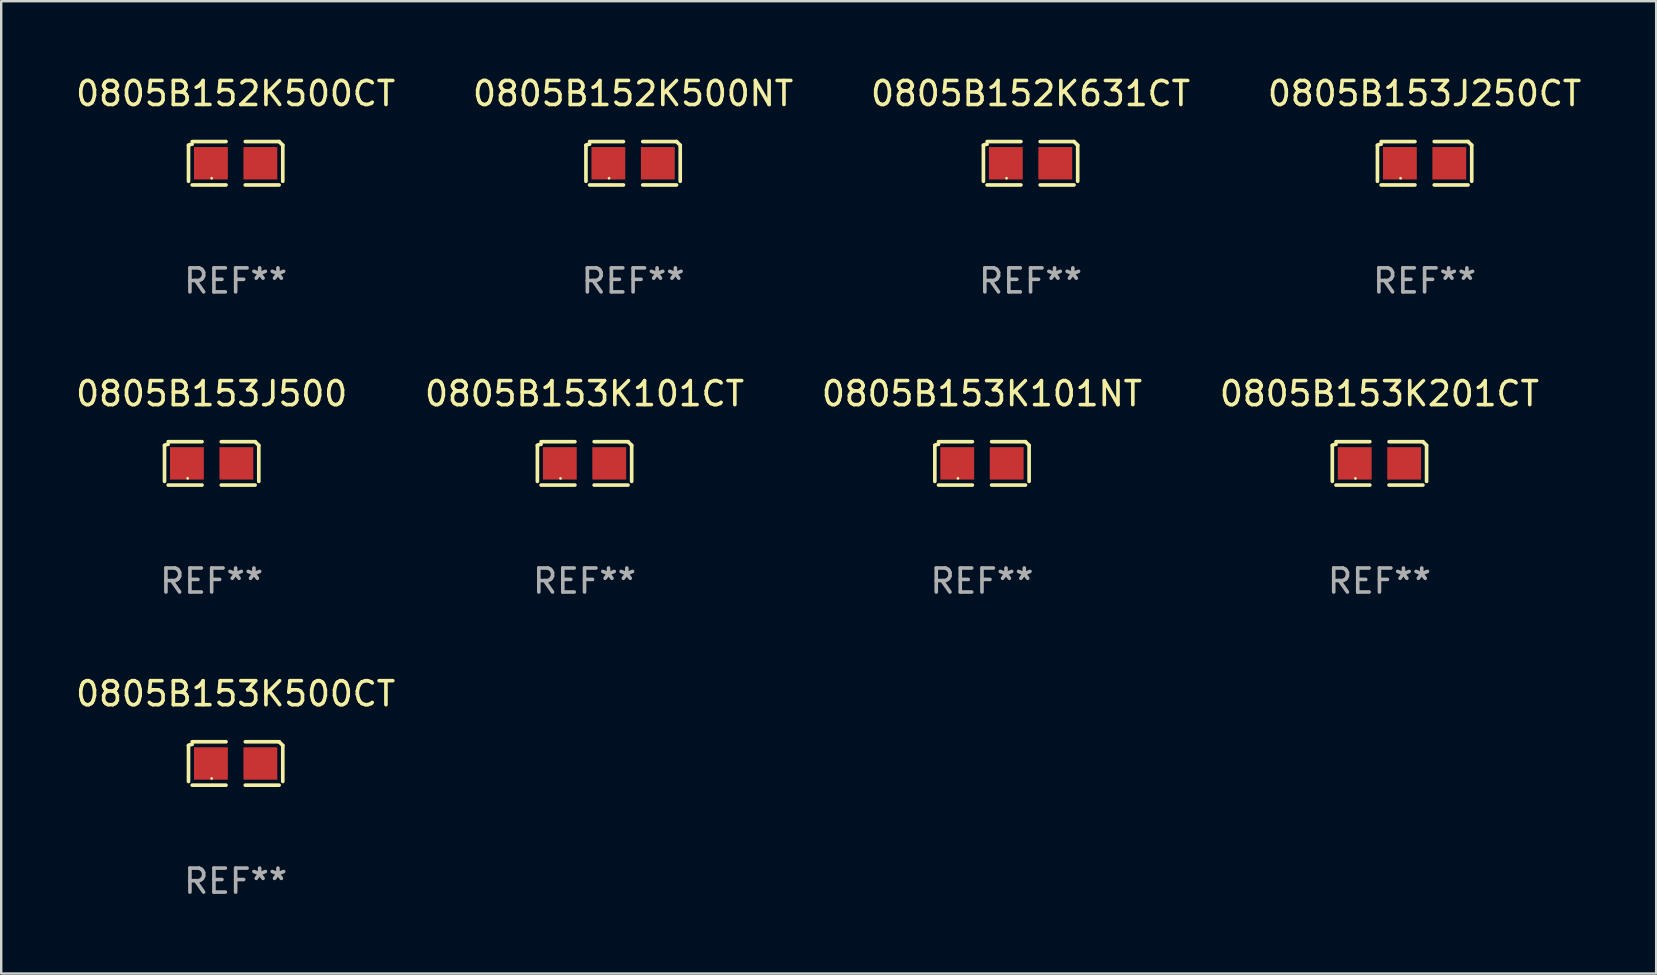
<source format=kicad_pcb>
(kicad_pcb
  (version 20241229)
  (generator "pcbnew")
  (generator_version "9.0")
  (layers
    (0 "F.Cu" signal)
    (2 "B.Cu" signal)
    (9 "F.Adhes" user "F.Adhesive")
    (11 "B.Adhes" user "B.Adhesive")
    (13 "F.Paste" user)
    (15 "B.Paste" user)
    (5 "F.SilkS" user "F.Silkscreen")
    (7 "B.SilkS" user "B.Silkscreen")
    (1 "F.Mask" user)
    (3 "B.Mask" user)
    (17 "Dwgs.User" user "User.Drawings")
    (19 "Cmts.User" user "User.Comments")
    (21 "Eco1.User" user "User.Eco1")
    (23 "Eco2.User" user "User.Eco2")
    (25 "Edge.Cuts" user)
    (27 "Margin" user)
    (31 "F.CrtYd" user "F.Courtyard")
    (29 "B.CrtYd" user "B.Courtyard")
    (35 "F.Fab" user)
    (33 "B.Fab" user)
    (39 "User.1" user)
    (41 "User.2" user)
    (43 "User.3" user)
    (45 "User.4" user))
  (footprint "0805B153J250CT"
    (layer "F.Cu")
    (at 56.304 3.752)
    (property "Reference" "0805B153J250CT" (at 0 -2.904 0) (layer "F.SilkS") (effects (font (size 1 1) (thickness 0.15))))
    (attr through_hole)
    (fp_line (start -1.964 0.751) (end -1.964 -0.751) (stroke (width 0.152) (type solid)) (layer "F.SilkS"))
    (fp_line (start -1.811 -0.904) (end -0.401 -0.904) (stroke (width 0.152) (type solid)) (layer "F.SilkS"))
    (fp_line (start -0.401 0.904) (end -1.811 0.904) (stroke (width 0.152) (type solid)) (layer "F.SilkS"))
    (fp_line (start 0.401 0.904) (end 1.811 0.904) (stroke (width 0.152) (type solid)) (layer "F.SilkS"))
    (fp_line (start 1.811 -0.904) (end 0.401 -0.904) (stroke (width 0.152) (type solid)) (layer "F.SilkS"))
    (fp_line (start 1.964 0.751) (end 1.964 -0.751) (stroke (width 0.152) (type solid)) (layer "F.SilkS"))
    (fp_arc (start -1.963602 -0.751207) (mid -1.890354 -0.783131) (end -1.811201 -0.794044) (stroke (width 0.1524) (type solid)) (layer "F.SilkS"))
    (fp_arc (start 1.811202 -0.903607) (mid 1.887413 -0.827418) (end 1.963602 -0.751207) (stroke (width 0.1524) (type solid)) (layer "F.SilkS"))
    (fp_circle (center -1 0.625) (end -0.97 0.625) (stroke (width 0.06) (type solid)) (fill no) (layer "F.SilkS"))
    (fp_text user "REF**" (at 0 4.904 0) (layer "F.Fab") (effects (font (size 1 1) (thickness 0.15))))
    (pad "1" smd rect (at -1.03 0) (size 1.41 1.35) (layers "F.Cu" "F.Mask" "F.Paste"))
    (pad "2" smd rect (at 1.03 0) (size 1.41 1.35) (layers "F.Cu" "F.Mask" "F.Paste")))
  (footprint "0805B153K101NT"
    (layer "F.Cu")
    (at 37.863 16.256)
    (property "Reference" "0805B153K101NT" (at 0 -2.904 0) (layer "F.SilkS") (effects (font (size 1 1) (thickness 0.15))))
    (attr through_hole)
    (fp_line (start -1.964 0.751) (end -1.964 -0.751) (stroke (width 0.152) (type solid)) (layer "F.SilkS"))
    (fp_line (start -1.811 -0.904) (end -0.401 -0.904) (stroke (width 0.152) (type solid)) (layer "F.SilkS"))
    (fp_line (start -0.401 0.904) (end -1.811 0.904) (stroke (width 0.152) (type solid)) (layer "F.SilkS"))
    (fp_line (start 0.401 0.904) (end 1.811 0.904) (stroke (width 0.152) (type solid)) (layer "F.SilkS"))
    (fp_line (start 1.811 -0.904) (end 0.401 -0.904) (stroke (width 0.152) (type solid)) (layer "F.SilkS"))
    (fp_line (start 1.964 0.751) (end 1.964 -0.751) (stroke (width 0.152) (type solid)) (layer "F.SilkS"))
    (fp_arc (start -1.963602 -0.751207) (mid -1.890354 -0.783131) (end -1.811201 -0.794044) (stroke (width 0.1524) (type solid)) (layer "F.SilkS"))
    (fp_arc (start 1.811202 -0.903607) (mid 1.887413 -0.827418) (end 1.963602 -0.751207) (stroke (width 0.1524) (type solid)) (layer "F.SilkS"))
    (fp_circle (center -1 0.625) (end -0.97 0.625) (stroke (width 0.06) (type solid)) (fill no) (layer "F.SilkS"))
    (fp_text user "REF**" (at 0 4.904 0) (layer "F.Fab") (effects (font (size 1 1) (thickness 0.15))))
    (pad "1" smd rect (at -1.03 0) (size 1.41 1.35) (layers "F.Cu" "F.Mask" "F.Paste"))
    (pad "2" smd rect (at 1.03 0) (size 1.41 1.35) (layers "F.Cu" "F.Mask" "F.Paste")))
  (footprint "0805B152K500NT"
    (layer "F.Cu")
    (at 23.327 3.752)
    (property "Reference" "0805B152K500NT" (at 0 -2.904 0) (layer "F.SilkS") (effects (font (size 1 1) (thickness 0.15))))
    (attr through_hole)
    (fp_line (start -1.964 0.751) (end -1.964 -0.751) (stroke (width 0.152) (type solid)) (layer "F.SilkS"))
    (fp_line (start -1.811 -0.904) (end -0.401 -0.904) (stroke (width 0.152) (type solid)) (layer "F.SilkS"))
    (fp_line (start -0.401 0.904) (end -1.811 0.904) (stroke (width 0.152) (type solid)) (layer "F.SilkS"))
    (fp_line (start 0.401 0.904) (end 1.811 0.904) (stroke (width 0.152) (type solid)) (layer "F.SilkS"))
    (fp_line (start 1.811 -0.904) (end 0.401 -0.904) (stroke (width 0.152) (type solid)) (layer "F.SilkS"))
    (fp_line (start 1.964 0.751) (end 1.964 -0.751) (stroke (width 0.152) (type solid)) (layer "F.SilkS"))
    (fp_arc (start -1.963602 -0.751207) (mid -1.890354 -0.783131) (end -1.811201 -0.794044) (stroke (width 0.1524) (type solid)) (layer "F.SilkS"))
    (fp_arc (start 1.811202 -0.903607) (mid 1.887413 -0.827418) (end 1.963602 -0.751207) (stroke (width 0.1524) (type solid)) (layer "F.SilkS"))
    (fp_circle (center -1 0.625) (end -0.97 0.625) (stroke (width 0.06) (type solid)) (fill no) (layer "F.SilkS"))
    (fp_text user "REF**" (at 0 4.904 0) (layer "F.Fab") (effects (font (size 1 1) (thickness 0.15))))
    (pad "1" smd rect (at -1.03 0) (size 1.41 1.35) (layers "F.Cu" "F.Mask" "F.Paste"))
    (pad "2" smd rect (at 1.03 0) (size 1.41 1.35) (layers "F.Cu" "F.Mask" "F.Paste")))
  (footprint "0805B153J500"
    (layer "F.Cu")
    (at 5.768 16.256)
    (property "Reference" "0805B153J500" (at 0 -2.904 0) (layer "F.SilkS") (effects (font (size 1 1) (thickness 0.15))))
    (attr through_hole)
    (fp_line (start -1.964 0.751) (end -1.964 -0.751) (stroke (width 0.152) (type solid)) (layer "F.SilkS"))
    (fp_line (start -1.811 -0.904) (end -0.401 -0.904) (stroke (width 0.152) (type solid)) (layer "F.SilkS"))
    (fp_line (start -0.401 0.904) (end -1.811 0.904) (stroke (width 0.152) (type solid)) (layer "F.SilkS"))
    (fp_line (start 0.401 0.904) (end 1.811 0.904) (stroke (width 0.152) (type solid)) (layer "F.SilkS"))
    (fp_line (start 1.811 -0.904) (end 0.401 -0.904) (stroke (width 0.152) (type solid)) (layer "F.SilkS"))
    (fp_line (start 1.964 0.751) (end 1.964 -0.751) (stroke (width 0.152) (type solid)) (layer "F.SilkS"))
    (fp_arc (start -1.963602 -0.751207) (mid -1.890354 -0.783131) (end -1.811201 -0.794044) (stroke (width 0.1524) (type solid)) (layer "F.SilkS"))
    (fp_arc (start 1.811202 -0.903607) (mid 1.887413 -0.827418) (end 1.963602 -0.751207) (stroke (width 0.1524) (type solid)) (layer "F.SilkS"))
    (fp_circle (center -1 0.625) (end -0.97 0.625) (stroke (width 0.06) (type solid)) (fill no) (layer "F.SilkS"))
    (fp_text user "REF**" (at 0 4.904 0) (layer "F.Fab") (effects (font (size 1 1) (thickness 0.15))))
    (pad "1" smd rect (at -1.03 0) (size 1.41 1.35) (layers "F.Cu" "F.Mask" "F.Paste"))
    (pad "2" smd rect (at 1.03 0) (size 1.41 1.35) (layers "F.Cu" "F.Mask" "F.Paste")))
  (footprint "0805B152K500CT"
    (layer "F.Cu")
    (at 6.768 3.752)
    (property "Reference" "0805B152K500CT" (at 0 -2.904 0) (layer "F.SilkS") (effects (font (size 1 1) (thickness 0.15))))
    (attr through_hole)
    (fp_line (start -1.964 0.751) (end -1.964 -0.751) (stroke (width 0.152) (type solid)) (layer "F.SilkS"))
    (fp_line (start -1.811 -0.904) (end -0.401 -0.904) (stroke (width 0.152) (type solid)) (layer "F.SilkS"))
    (fp_line (start -0.401 0.904) (end -1.811 0.904) (stroke (width 0.152) (type solid)) (layer "F.SilkS"))
    (fp_line (start 0.401 0.904) (end 1.811 0.904) (stroke (width 0.152) (type solid)) (layer "F.SilkS"))
    (fp_line (start 1.811 -0.904) (end 0.401 -0.904) (stroke (width 0.152) (type solid)) (layer "F.SilkS"))
    (fp_line (start 1.964 0.751) (end 1.964 -0.751) (stroke (width 0.152) (type solid)) (layer "F.SilkS"))
    (fp_arc (start -1.963602 -0.751207) (mid -1.890354 -0.783131) (end -1.811201 -0.794044) (stroke (width 0.1524) (type solid)) (layer "F.SilkS"))
    (fp_arc (start 1.811202 -0.903607) (mid 1.887413 -0.827418) (end 1.963602 -0.751207) (stroke (width 0.1524) (type solid)) (layer "F.SilkS"))
    (fp_circle (center -1 0.625) (end -0.97 0.625) (stroke (width 0.06) (type solid)) (fill no) (layer "F.SilkS"))
    (fp_text user "REF**" (at 0 4.904 0) (layer "F.Fab") (effects (font (size 1 1) (thickness 0.15))))
    (pad "1" smd rect (at -1.03 0) (size 1.41 1.35) (layers "F.Cu" "F.Mask" "F.Paste"))
    (pad "2" smd rect (at 1.03 0) (size 1.41 1.35) (layers "F.Cu" "F.Mask" "F.Paste")))
  (footprint "0805B152K631CT"
    (layer "F.Cu")
    (at 39.887 3.752)
    (property "Reference" "0805B152K631CT" (at 0 -2.904 0) (layer "F.SilkS") (effects (font (size 1 1) (thickness 0.15))))
    (attr through_hole)
    (fp_line (start -1.964 0.751) (end -1.964 -0.751) (stroke (width 0.152) (type solid)) (layer "F.SilkS"))
    (fp_line (start -1.811 -0.904) (end -0.401 -0.904) (stroke (width 0.152) (type solid)) (layer "F.SilkS"))
    (fp_line (start -0.401 0.904) (end -1.811 0.904) (stroke (width 0.152) (type solid)) (layer "F.SilkS"))
    (fp_line (start 0.401 0.904) (end 1.811 0.904) (stroke (width 0.152) (type solid)) (layer "F.SilkS"))
    (fp_line (start 1.811 -0.904) (end 0.401 -0.904) (stroke (width 0.152) (type solid)) (layer "F.SilkS"))
    (fp_line (start 1.964 0.751) (end 1.964 -0.751) (stroke (width 0.152) (type solid)) (layer "F.SilkS"))
    (fp_arc (start -1.963602 -0.751207) (mid -1.890354 -0.783131) (end -1.811201 -0.794044) (stroke (width 0.1524) (type solid)) (layer "F.SilkS"))
    (fp_arc (start 1.811202 -0.903607) (mid 1.887413 -0.827418) (end 1.963602 -0.751207) (stroke (width 0.1524) (type solid)) (layer "F.SilkS"))
    (fp_circle (center -1 0.625) (end -0.97 0.625) (stroke (width 0.06) (type solid)) (fill no) (layer "F.SilkS"))
    (fp_text user "REF**" (at 0 4.904 0) (layer "F.Fab") (effects (font (size 1 1) (thickness 0.15))))
    (pad "1" smd rect (at -1.03 0) (size 1.41 1.35) (layers "F.Cu" "F.Mask" "F.Paste"))
    (pad "2" smd rect (at 1.03 0) (size 1.41 1.35) (layers "F.Cu" "F.Mask" "F.Paste")))
  (footprint "0805B153K500CT"
    (layer "F.Cu")
    (at 6.768 28.759)
    (property "Reference" "0805B153K500CT" (at 0 -2.904 0) (layer "F.SilkS") (effects (font (size 1 1) (thickness 0.15))))
    (attr through_hole)
    (fp_line (start -1.964 0.751) (end -1.964 -0.751) (stroke (width 0.152) (type solid)) (layer "F.SilkS"))
    (fp_line (start -1.811 -0.904) (end -0.401 -0.904) (stroke (width 0.152) (type solid)) (layer "F.SilkS"))
    (fp_line (start -0.401 0.904) (end -1.811 0.904) (stroke (width 0.152) (type solid)) (layer "F.SilkS"))
    (fp_line (start 0.401 0.904) (end 1.811 0.904) (stroke (width 0.152) (type solid)) (layer "F.SilkS"))
    (fp_line (start 1.811 -0.904) (end 0.401 -0.904) (stroke (width 0.152) (type solid)) (layer "F.SilkS"))
    (fp_line (start 1.964 0.751) (end 1.964 -0.751) (stroke (width 0.152) (type solid)) (layer "F.SilkS"))
    (fp_arc (start -1.963602 -0.751207) (mid -1.890354 -0.783131) (end -1.811201 -0.794044) (stroke (width 0.1524) (type solid)) (layer "F.SilkS"))
    (fp_arc (start 1.811202 -0.903607) (mid 1.887413 -0.827418) (end 1.963602 -0.751207) (stroke (width 0.1524) (type solid)) (layer "F.SilkS"))
    (fp_circle (center -1 0.625) (end -0.97 0.625) (stroke (width 0.06) (type solid)) (fill no) (layer "F.SilkS"))
    (fp_text user "REF**" (at 0 4.904 0) (layer "F.Fab") (effects (font (size 1 1) (thickness 0.15))))
    (pad "1" smd rect (at -1.03 0) (size 1.41 1.35) (layers "F.Cu" "F.Mask" "F.Paste"))
    (pad "2" smd rect (at 1.03 0) (size 1.41 1.35) (layers "F.Cu" "F.Mask" "F.Paste")))
  (footprint "0805B153K201CT"
    (layer "F.Cu")
    (at 54.423 16.256)
    (property "Reference" "0805B153K201CT" (at 0 -2.904 0) (layer "F.SilkS") (effects (font (size 1 1) (thickness 0.15))))
    (attr through_hole)
    (fp_line (start -1.964 0.751) (end -1.964 -0.751) (stroke (width 0.152) (type solid)) (layer "F.SilkS"))
    (fp_line (start -1.811 -0.904) (end -0.401 -0.904) (stroke (width 0.152) (type solid)) (layer "F.SilkS"))
    (fp_line (start -0.401 0.904) (end -1.811 0.904) (stroke (width 0.152) (type solid)) (layer "F.SilkS"))
    (fp_line (start 0.401 0.904) (end 1.811 0.904) (stroke (width 0.152) (type solid)) (layer "F.SilkS"))
    (fp_line (start 1.811 -0.904) (end 0.401 -0.904) (stroke (width 0.152) (type solid)) (layer "F.SilkS"))
    (fp_line (start 1.964 0.751) (end 1.964 -0.751) (stroke (width 0.152) (type solid)) (layer "F.SilkS"))
    (fp_arc (start -1.963602 -0.751207) (mid -1.890354 -0.783131) (end -1.811201 -0.794044) (stroke (width 0.1524) (type solid)) (layer "F.SilkS"))
    (fp_arc (start 1.811202 -0.903607) (mid 1.887413 -0.827418) (end 1.963602 -0.751207) (stroke (width 0.1524) (type solid)) (layer "F.SilkS"))
    (fp_circle (center -1 0.625) (end -0.97 0.625) (stroke (width 0.06) (type solid)) (fill no) (layer "F.SilkS"))
    (fp_text user "REF**" (at 0 4.904 0) (layer "F.Fab") (effects (font (size 1 1) (thickness 0.15))))
    (pad "1" smd rect (at -1.03 0) (size 1.41 1.35) (layers "F.Cu" "F.Mask" "F.Paste"))
    (pad "2" smd rect (at 1.03 0) (size 1.41 1.35) (layers "F.Cu" "F.Mask" "F.Paste")))
  (footprint "0805B153K101CT"
    (layer "F.Cu")
    (at 21.304 16.256)
    (property "Reference" "0805B153K101CT" (at 0 -2.904 0) (layer "F.SilkS") (effects (font (size 1 1) (thickness 0.15))))
    (attr through_hole)
    (fp_line (start -1.964 0.751) (end -1.964 -0.751) (stroke (width 0.152) (type solid)) (layer "F.SilkS"))
    (fp_line (start -1.811 -0.904) (end -0.401 -0.904) (stroke (width 0.152) (type solid)) (layer "F.SilkS"))
    (fp_line (start -0.401 0.904) (end -1.811 0.904) (stroke (width 0.152) (type solid)) (layer "F.SilkS"))
    (fp_line (start 0.401 0.904) (end 1.811 0.904) (stroke (width 0.152) (type solid)) (layer "F.SilkS"))
    (fp_line (start 1.811 -0.904) (end 0.401 -0.904) (stroke (width 0.152) (type solid)) (layer "F.SilkS"))
    (fp_line (start 1.964 0.751) (end 1.964 -0.751) (stroke (width 0.152) (type solid)) (layer "F.SilkS"))
    (fp_arc (start -1.963602 -0.751207) (mid -1.890354 -0.783131) (end -1.811201 -0.794044) (stroke (width 0.1524) (type solid)) (layer "F.SilkS"))
    (fp_arc (start 1.811202 -0.903607) (mid 1.887413 -0.827418) (end 1.963602 -0.751207) (stroke (width 0.1524) (type solid)) (layer "F.SilkS"))
    (fp_circle (center -1 0.625) (end -0.97 0.625) (stroke (width 0.06) (type solid)) (fill no) (layer "F.SilkS"))
    (fp_text user "REF**" (at 0 4.904 0) (layer "F.Fab") (effects (font (size 1 1) (thickness 0.15))))
    (pad "1" smd rect (at -1.03 0) (size 1.41 1.35) (layers "F.Cu" "F.Mask" "F.Paste"))
    (pad "2" smd rect (at 1.03 0) (size 1.41 1.35) (layers "F.Cu" "F.Mask" "F.Paste")))
  (gr_rect
    (start -3 -3)
    (end 65.952 37.511)
    (stroke (width 0.1) (type default))
    (fill no)
    (layer "Edge.Cuts")))
</source>
